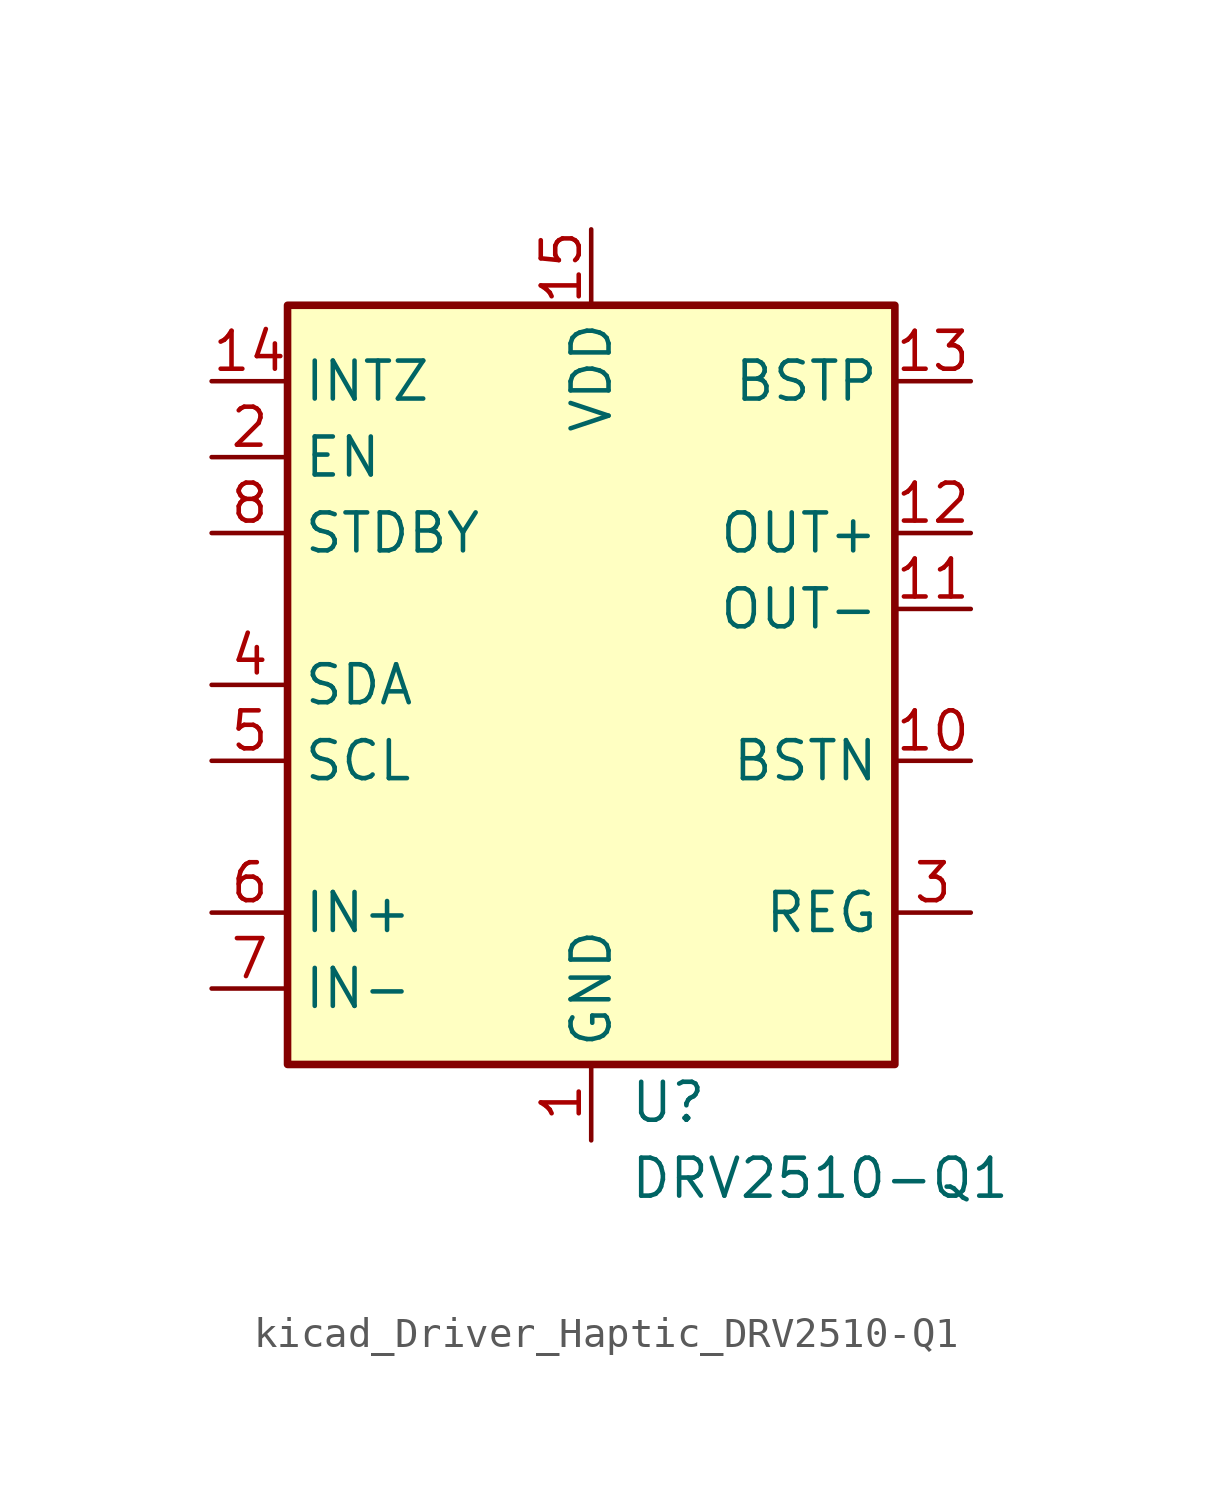
<source format=kicad_sym>
(kicad_symbol_lib
  (version 20220914)
  (generator kicad_symbol_editor)
  (symbol "kicad_Driver_Haptic_DRV2510-Q1"
    (property "Reference" "U"
      (at 1.27 -13.97 0)
      (effects (font (size 1.27 1.27)) (justify left)))
    (property "Value" "DRV2510-Q1"
      (at 1.27 -16.51 0)
      (effects (font (size 1.27 1.27)) (justify left)))
    (symbol "kicad_Driver_Haptic_DRV2510-Q1_0_0"
      (pin power_in line (at 0 -15.24 90) (length 2.54) (name "GND" (effects (font (size 1.27 1.27)))) (number "1" (effects (font (size 1.27 1.27)))))
      (pin passive line (at 12.7 -2.54 180) (length 2.54) (name "BSTN" (effects (font (size 1.27 1.27)))) (number "10" (effects (font (size 1.27 1.27)))))
      (pin power_out line (at 12.7 2.54 180) (length 2.54) (name "OUT-" (effects (font (size 1.27 1.27)))) (number "11" (effects (font (size 1.27 1.27)))))
      (pin power_out line (at 12.7 5.08 180) (length 2.54) (name "OUT+" (effects (font (size 1.27 1.27)))) (number "12" (effects (font (size 1.27 1.27)))))
      (pin passive line (at 12.7 10.16 180) (length 2.54) (name "BSTP" (effects (font (size 1.27 1.27)))) (number "13" (effects (font (size 1.27 1.27)))))
      (pin open_collector line (at -12.7 10.16 0) (length 2.54) (name "INTZ" (effects (font (size 1.27 1.27)))) (number "14" (effects (font (size 1.27 1.27)))))
      (pin power_in line (at 0 15.24 270) (length 2.54) (name "VDD" (effects (font (size 1.27 1.27)))) (number "15" (effects (font (size 1.27 1.27)))))
      (pin passive line (at 0 -15.24 90) (length 2.54) hide (name "GND" (effects (font (size 1.27 1.27)))) (number "16" (effects (font (size 1.27 1.27)))))
      (pin passive line (at 0 -15.24 90) (length 2.54) hide (name "GND" (effects (font (size 1.27 1.27)))) (number "17" (effects (font (size 1.27 1.27)))))
      (pin input line (at -12.7 7.62 0) (length 2.54) (name "EN" (effects (font (size 1.27 1.27)))) (number "2" (effects (font (size 1.27 1.27)))))
      (pin passive line (at 12.7 -7.62 180) (length 2.54) (name "REG" (effects (font (size 1.27 1.27)))) (number "3" (effects (font (size 1.27 1.27)))))
      (pin bidirectional line (at -12.7 0 0) (length 2.54) (name "SDA" (effects (font (size 1.27 1.27)))) (number "4" (effects (font (size 1.27 1.27)))))
      (pin input line (at -12.7 -2.54 0) (length 2.54) (name "SCL" (effects (font (size 1.27 1.27)))) (number "5" (effects (font (size 1.27 1.27)))))
      (pin input line (at -12.7 -7.62 0) (length 2.54) (name "IN+" (effects (font (size 1.27 1.27)))) (number "6" (effects (font (size 1.27 1.27)))))
      (pin input line (at -12.7 -10.16 0) (length 2.54) (name "IN-" (effects (font (size 1.27 1.27)))) (number "7" (effects (font (size 1.27 1.27)))))
      (pin input line (at -12.7 5.08 0) (length 2.54) (name "STDBY" (effects (font (size 1.27 1.27)))) (number "8" (effects (font (size 1.27 1.27)))))
      (pin passive line (at 0 -15.24 90) (length 2.54) hide (name "GND" (effects (font (size 1.27 1.27)))) (number "9" (effects (font (size 1.27 1.27))))))
    (symbol "kicad_Driver_Haptic_DRV2510-Q1_0_1"
      (rectangle (start -10.16 12.7) (end 10.16 -12.7) (stroke (width 0.254) (type default)) (fill (type background))))))
</source>
